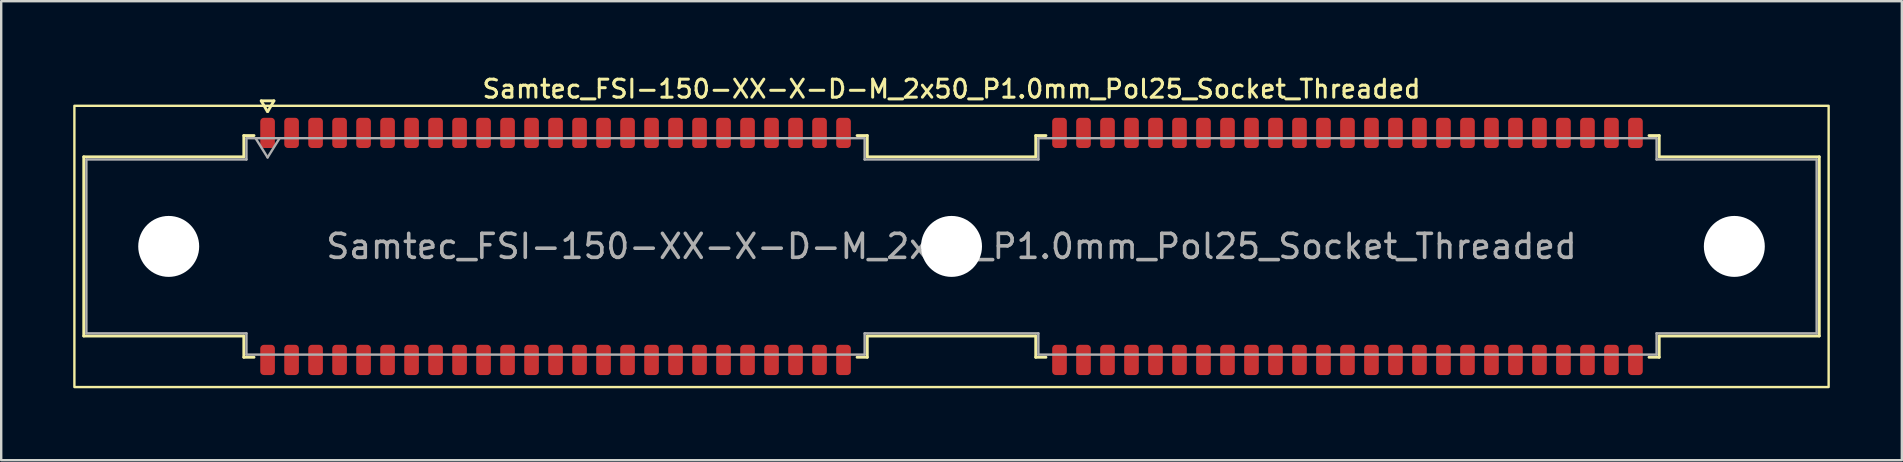
<source format=kicad_pcb>
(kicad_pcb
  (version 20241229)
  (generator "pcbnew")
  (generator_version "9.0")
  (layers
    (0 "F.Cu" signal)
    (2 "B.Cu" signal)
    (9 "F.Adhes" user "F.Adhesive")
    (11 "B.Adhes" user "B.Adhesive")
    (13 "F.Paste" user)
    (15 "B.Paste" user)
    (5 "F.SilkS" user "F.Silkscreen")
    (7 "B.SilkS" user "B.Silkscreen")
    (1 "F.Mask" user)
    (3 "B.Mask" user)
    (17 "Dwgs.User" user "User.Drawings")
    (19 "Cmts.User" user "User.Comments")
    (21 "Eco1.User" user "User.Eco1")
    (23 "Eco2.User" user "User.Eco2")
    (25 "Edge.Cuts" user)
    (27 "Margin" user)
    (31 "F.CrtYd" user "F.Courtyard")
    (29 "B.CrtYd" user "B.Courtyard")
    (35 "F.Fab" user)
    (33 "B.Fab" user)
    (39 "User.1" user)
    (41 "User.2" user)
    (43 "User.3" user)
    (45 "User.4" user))
  (footprint "Samtec_FSI-150-XX-X-D-M_2x50_P1.0mm_Pol25_Socket_Threaded"
    (layer "F.Cu")
    (at 36.6 7.218)
    (property "Reference" "Samtec_FSI-150-XX-X-D-M_2x50_P1.0mm_Pol25_Socket_Threaded" (at 0 -6.56 0) (layer "F.SilkS") (effects (font (size 0.75 0.75) (thickness 0.125))))
    (attr smd)
    (fp_line (start -36.16 -3.733) (end -29.49 -3.733) (stroke (width 0.12) (type solid)) (layer "F.SilkS"))
    (fp_line (start -36.16 3.733) (end -36.16 -3.733) (stroke (width 0.12) (type solid)) (layer "F.SilkS"))
    (fp_line (start -29.49 -4.619) (end -29.065 -4.619) (stroke (width 0.12) (type solid)) (layer "F.SilkS"))
    (fp_line (start -29.49 -3.733) (end -29.49 -4.619) (stroke (width 0.12) (type solid)) (layer "F.SilkS"))
    (fp_line (start -29.49 3.733) (end -36.16 3.733) (stroke (width 0.12) (type solid)) (layer "F.SilkS"))
    (fp_line (start -29.49 4.619) (end -29.49 3.733) (stroke (width 0.12) (type solid)) (layer "F.SilkS"))
    (fp_line (start -29.065 4.619) (end -29.49 4.619) (stroke (width 0.12) (type solid)) (layer "F.SilkS"))
    (fp_line (start -28.764 -6.066) (end -28.507 -5.62) (stroke (width 0.12) (type solid)) (layer "F.SilkS"))
    (fp_line (start -28.493 -5.62) (end -28.236 -6.066) (stroke (width 0.12) (type solid)) (layer "F.SilkS"))
    (fp_line (start -28.236 -6.066) (end -28.764 -6.066) (stroke (width 0.12) (type solid)) (layer "F.SilkS"))
    (fp_line (start -3.935 -4.619) (end -3.51 -4.619) (stroke (width 0.12) (type solid)) (layer "F.SilkS"))
    (fp_line (start -3.51 -4.619) (end -3.51 -3.733) (stroke (width 0.12) (type solid)) (layer "F.SilkS"))
    (fp_line (start -3.51 -3.733) (end 3.51 -3.733) (stroke (width 0.12) (type solid)) (layer "F.SilkS"))
    (fp_line (start -3.51 3.733) (end -3.51 4.619) (stroke (width 0.12) (type solid)) (layer "F.SilkS"))
    (fp_line (start -3.51 4.619) (end -3.935 4.619) (stroke (width 0.12) (type solid)) (layer "F.SilkS"))
    (fp_line (start 3.51 -4.619) (end 3.935 -4.619) (stroke (width 0.12) (type solid)) (layer "F.SilkS"))
    (fp_line (start 3.51 -3.733) (end 3.51 -4.619) (stroke (width 0.12) (type solid)) (layer "F.SilkS"))
    (fp_line (start 3.51 3.733) (end -3.51 3.733) (stroke (width 0.12) (type solid)) (layer "F.SilkS"))
    (fp_line (start 3.51 4.619) (end 3.51 3.733) (stroke (width 0.12) (type solid)) (layer "F.SilkS"))
    (fp_line (start 3.935 4.619) (end 3.51 4.619) (stroke (width 0.12) (type solid)) (layer "F.SilkS"))
    (fp_line (start 29.065 -4.619) (end 29.49 -4.619) (stroke (width 0.12) (type solid)) (layer "F.SilkS"))
    (fp_line (start 29.49 -4.619) (end 29.49 -3.733) (stroke (width 0.12) (type solid)) (layer "F.SilkS"))
    (fp_line (start 29.49 -3.733) (end 36.16 -3.733) (stroke (width 0.12) (type solid)) (layer "F.SilkS"))
    (fp_line (start 29.49 3.733) (end 29.49 4.619) (stroke (width 0.12) (type solid)) (layer "F.SilkS"))
    (fp_line (start 29.49 4.619) (end 29.065 4.619) (stroke (width 0.12) (type solid)) (layer "F.SilkS"))
    (fp_line (start 36.16 -3.733) (end 36.16 3.733) (stroke (width 0.12) (type solid)) (layer "F.SilkS"))
    (fp_line (start 36.16 3.733) (end 29.49 3.733) (stroke (width 0.12) (type solid)) (layer "F.SilkS"))
    (fp_rect (start -36.55 -5.86) (end 36.55 5.86) (stroke (width 0.1) (type solid)) (fill no) (layer "F.SilkS"))
    (fp_line (start -36.05 -3.623) (end -29.38 -3.623) (stroke (width 0.1) (type solid)) (layer "F.Fab"))
    (fp_line (start -36.05 3.623) (end -36.05 -3.623) (stroke (width 0.1) (type solid)) (layer "F.Fab"))
    (fp_line (start -29.38 -4.508) (end -3.62 -4.508) (stroke (width 0.1) (type solid)) (layer "F.Fab"))
    (fp_line (start -29.38 -3.623) (end -29.38 -4.508) (stroke (width 0.1) (type solid)) (layer "F.Fab"))
    (fp_line (start -29.38 3.623) (end -36.05 3.623) (stroke (width 0.1) (type solid)) (layer "F.Fab"))
    (fp_line (start -29.38 4.508) (end -29.38 3.623) (stroke (width 0.1) (type solid)) (layer "F.Fab"))
    (fp_line (start -29 -4.508) (end -28.5 -3.708) (stroke (width 0.1) (type solid)) (layer "F.Fab"))
    (fp_line (start -28.5 -3.708) (end -28 -4.508) (stroke (width 0.1) (type solid)) (layer "F.Fab"))
    (fp_line (start -3.62 -4.508) (end -3.62 -3.623) (stroke (width 0.1) (type solid)) (layer "F.Fab"))
    (fp_line (start -3.62 -3.623) (end 3.62 -3.623) (stroke (width 0.1) (type solid)) (layer "F.Fab"))
    (fp_line (start -3.62 3.623) (end -3.62 4.508) (stroke (width 0.1) (type solid)) (layer "F.Fab"))
    (fp_line (start -3.62 4.508) (end -29.38 4.508) (stroke (width 0.1) (type solid)) (layer "F.Fab"))
    (fp_line (start 3.62 -4.508) (end 29.38 -4.508) (stroke (width 0.1) (type solid)) (layer "F.Fab"))
    (fp_line (start 3.62 -3.623) (end 3.62 -4.508) (stroke (width 0.1) (type solid)) (layer "F.Fab"))
    (fp_line (start 3.62 3.623) (end -3.62 3.623) (stroke (width 0.1) (type solid)) (layer "F.Fab"))
    (fp_line (start 3.62 4.508) (end 3.62 3.623) (stroke (width 0.1) (type solid)) (layer "F.Fab"))
    (fp_line (start 29.38 -4.508) (end 29.38 -3.623) (stroke (width 0.1) (type solid)) (layer "F.Fab"))
    (fp_line (start 29.38 -3.623) (end 36.05 -3.623) (stroke (width 0.1) (type solid)) (layer "F.Fab"))
    (fp_line (start 29.38 3.623) (end 29.38 4.508) (stroke (width 0.1) (type solid)) (layer "F.Fab"))
    (fp_line (start 29.38 4.508) (end 3.62 4.508) (stroke (width 0.1) (type solid)) (layer "F.Fab"))
    (fp_line (start 36.05 -3.623) (end 36.05 3.623) (stroke (width 0.1) (type solid)) (layer "F.Fab"))
    (fp_line (start 36.05 3.623) (end 29.38 3.623) (stroke (width 0.1) (type solid)) (layer "F.Fab"))
    (fp_text user "${REFERENCE}" (at 0 0 0) (layer "F.Fab") (effects (font (size 1 1) (thickness 0.15))))
    (pad "" np_thru_hole circle (at -32.62 0) (size 2.54 2.54) (drill 2.54) (layers "*.Cu" "*.Mask"))
    (pad "" np_thru_hole circle (at 0 0) (size 2.54 2.54) (drill 2.54) (layers "*.Cu" "*.Mask"))
    (pad "" np_thru_hole circle (at 32.62 0) (size 2.54 2.54) (drill 2.54) (layers "*.Cu" "*.Mask"))
    (pad "1" smd roundrect (at -28.5 -4.73) (size 0.61 1.26) (layers "F.Cu" "F.Mask" "F.Paste") (roundrect_rratio 0.25))
    (pad "2" smd roundrect (at -28.5 4.73) (size 0.61 1.26) (layers "F.Cu" "F.Mask" "F.Paste") (roundrect_rratio 0.25))
    (pad "3" smd roundrect (at -27.5 -4.73) (size 0.61 1.26) (layers "F.Cu" "F.Mask" "F.Paste") (roundrect_rratio 0.25))
    (pad "4" smd roundrect (at -27.5 4.73) (size 0.61 1.26) (layers "F.Cu" "F.Mask" "F.Paste") (roundrect_rratio 0.25))
    (pad "5" smd roundrect (at -26.5 -4.73) (size 0.61 1.26) (layers "F.Cu" "F.Mask" "F.Paste") (roundrect_rratio 0.25))
    (pad "6" smd roundrect (at -26.5 4.73) (size 0.61 1.26) (layers "F.Cu" "F.Mask" "F.Paste") (roundrect_rratio 0.25))
    (pad "7" smd roundrect (at -25.5 -4.73) (size 0.61 1.26) (layers "F.Cu" "F.Mask" "F.Paste") (roundrect_rratio 0.25))
    (pad "8" smd roundrect (at -25.5 4.73) (size 0.61 1.26) (layers "F.Cu" "F.Mask" "F.Paste") (roundrect_rratio 0.25))
    (pad "9" smd roundrect (at -24.5 -4.73) (size 0.61 1.26) (layers "F.Cu" "F.Mask" "F.Paste") (roundrect_rratio 0.25))
    (pad "10" smd roundrect (at -24.5 4.73) (size 0.61 1.26) (layers "F.Cu" "F.Mask" "F.Paste") (roundrect_rratio 0.25))
    (pad "11" smd roundrect (at -23.5 -4.73) (size 0.61 1.26) (layers "F.Cu" "F.Mask" "F.Paste") (roundrect_rratio 0.25))
    (pad "12" smd roundrect (at -23.5 4.73) (size 0.61 1.26) (layers "F.Cu" "F.Mask" "F.Paste") (roundrect_rratio 0.25))
    (pad "13" smd roundrect (at -22.5 -4.73) (size 0.61 1.26) (layers "F.Cu" "F.Mask" "F.Paste") (roundrect_rratio 0.25))
    (pad "14" smd roundrect (at -22.5 4.73) (size 0.61 1.26) (layers "F.Cu" "F.Mask" "F.Paste") (roundrect_rratio 0.25))
    (pad "15" smd roundrect (at -21.5 -4.73) (size 0.61 1.26) (layers "F.Cu" "F.Mask" "F.Paste") (roundrect_rratio 0.25))
    (pad "16" smd roundrect (at -21.5 4.73) (size 0.61 1.26) (layers "F.Cu" "F.Mask" "F.Paste") (roundrect_rratio 0.25))
    (pad "17" smd roundrect (at -20.5 -4.73) (size 0.61 1.26) (layers "F.Cu" "F.Mask" "F.Paste") (roundrect_rratio 0.25))
    (pad "18" smd roundrect (at -20.5 4.73) (size 0.61 1.26) (layers "F.Cu" "F.Mask" "F.Paste") (roundrect_rratio 0.25))
    (pad "19" smd roundrect (at -19.5 -4.73) (size 0.61 1.26) (layers "F.Cu" "F.Mask" "F.Paste") (roundrect_rratio 0.25))
    (pad "20" smd roundrect (at -19.5 4.73) (size 0.61 1.26) (layers "F.Cu" "F.Mask" "F.Paste") (roundrect_rratio 0.25))
    (pad "21" smd roundrect (at -18.5 -4.73) (size 0.61 1.26) (layers "F.Cu" "F.Mask" "F.Paste") (roundrect_rratio 0.25))
    (pad "22" smd roundrect (at -18.5 4.73) (size 0.61 1.26) (layers "F.Cu" "F.Mask" "F.Paste") (roundrect_rratio 0.25))
    (pad "23" smd roundrect (at -17.5 -4.73) (size 0.61 1.26) (layers "F.Cu" "F.Mask" "F.Paste") (roundrect_rratio 0.25))
    (pad "24" smd roundrect (at -17.5 4.73) (size 0.61 1.26) (layers "F.Cu" "F.Mask" "F.Paste") (roundrect_rratio 0.25))
    (pad "25" smd roundrect (at -16.5 -4.73) (size 0.61 1.26) (layers "F.Cu" "F.Mask" "F.Paste") (roundrect_rratio 0.25))
    (pad "26" smd roundrect (at -16.5 4.73) (size 0.61 1.26) (layers "F.Cu" "F.Mask" "F.Paste") (roundrect_rratio 0.25))
    (pad "27" smd roundrect (at -15.5 -4.73) (size 0.61 1.26) (layers "F.Cu" "F.Mask" "F.Paste") (roundrect_rratio 0.25))
    (pad "28" smd roundrect (at -15.5 4.73) (size 0.61 1.26) (layers "F.Cu" "F.Mask" "F.Paste") (roundrect_rratio 0.25))
    (pad "29" smd roundrect (at -14.5 -4.73) (size 0.61 1.26) (layers "F.Cu" "F.Mask" "F.Paste") (roundrect_rratio 0.25))
    (pad "30" smd roundrect (at -14.5 4.73) (size 0.61 1.26) (layers "F.Cu" "F.Mask" "F.Paste") (roundrect_rratio 0.25))
    (pad "31" smd roundrect (at -13.5 -4.73) (size 0.61 1.26) (layers "F.Cu" "F.Mask" "F.Paste") (roundrect_rratio 0.25))
    (pad "32" smd roundrect (at -13.5 4.73) (size 0.61 1.26) (layers "F.Cu" "F.Mask" "F.Paste") (roundrect_rratio 0.25))
    (pad "33" smd roundrect (at -12.5 -4.73) (size 0.61 1.26) (layers "F.Cu" "F.Mask" "F.Paste") (roundrect_rratio 0.25))
    (pad "34" smd roundrect (at -12.5 4.73) (size 0.61 1.26) (layers "F.Cu" "F.Mask" "F.Paste") (roundrect_rratio 0.25))
    (pad "35" smd roundrect (at -11.5 -4.73) (size 0.61 1.26) (layers "F.Cu" "F.Mask" "F.Paste") (roundrect_rratio 0.25))
    (pad "36" smd roundrect (at -11.5 4.73) (size 0.61 1.26) (layers "F.Cu" "F.Mask" "F.Paste") (roundrect_rratio 0.25))
    (pad "37" smd roundrect (at -10.5 -4.73) (size 0.61 1.26) (layers "F.Cu" "F.Mask" "F.Paste") (roundrect_rratio 0.25))
    (pad "38" smd roundrect (at -10.5 4.73) (size 0.61 1.26) (layers "F.Cu" "F.Mask" "F.Paste") (roundrect_rratio 0.25))
    (pad "39" smd roundrect (at -9.5 -4.73) (size 0.61 1.26) (layers "F.Cu" "F.Mask" "F.Paste") (roundrect_rratio 0.25))
    (pad "40" smd roundrect (at -9.5 4.73) (size 0.61 1.26) (layers "F.Cu" "F.Mask" "F.Paste") (roundrect_rratio 0.25))
    (pad "41" smd roundrect (at -8.5 -4.73) (size 0.61 1.26) (layers "F.Cu" "F.Mask" "F.Paste") (roundrect_rratio 0.25))
    (pad "42" smd roundrect (at -8.5 4.73) (size 0.61 1.26) (layers "F.Cu" "F.Mask" "F.Paste") (roundrect_rratio 0.25))
    (pad "43" smd roundrect (at -7.5 -4.73) (size 0.61 1.26) (layers "F.Cu" "F.Mask" "F.Paste") (roundrect_rratio 0.25))
    (pad "44" smd roundrect (at -7.5 4.73) (size 0.61 1.26) (layers "F.Cu" "F.Mask" "F.Paste") (roundrect_rratio 0.25))
    (pad "45" smd roundrect (at -6.5 -4.73) (size 0.61 1.26) (layers "F.Cu" "F.Mask" "F.Paste") (roundrect_rratio 0.25))
    (pad "46" smd roundrect (at -6.5 4.73) (size 0.61 1.26) (layers "F.Cu" "F.Mask" "F.Paste") (roundrect_rratio 0.25))
    (pad "47" smd roundrect (at -5.5 -4.73) (size 0.61 1.26) (layers "F.Cu" "F.Mask" "F.Paste") (roundrect_rratio 0.25))
    (pad "48" smd roundrect (at -5.5 4.73) (size 0.61 1.26) (layers "F.Cu" "F.Mask" "F.Paste") (roundrect_rratio 0.25))
    (pad "49" smd roundrect (at -4.5 -4.73) (size 0.61 1.26) (layers "F.Cu" "F.Mask" "F.Paste") (roundrect_rratio 0.25))
    (pad "50" smd roundrect (at -4.5 4.73) (size 0.61 1.26) (layers "F.Cu" "F.Mask" "F.Paste") (roundrect_rratio 0.25))
    (pad "51" smd roundrect (at 4.5 -4.73) (size 0.61 1.26) (layers "F.Cu" "F.Mask" "F.Paste") (roundrect_rratio 0.25))
    (pad "52" smd roundrect (at 4.5 4.73) (size 0.61 1.26) (layers "F.Cu" "F.Mask" "F.Paste") (roundrect_rratio 0.25))
    (pad "53" smd roundrect (at 5.5 -4.73) (size 0.61 1.26) (layers "F.Cu" "F.Mask" "F.Paste") (roundrect_rratio 0.25))
    (pad "54" smd roundrect (at 5.5 4.73) (size 0.61 1.26) (layers "F.Cu" "F.Mask" "F.Paste") (roundrect_rratio 0.25))
    (pad "55" smd roundrect (at 6.5 -4.73) (size 0.61 1.26) (layers "F.Cu" "F.Mask" "F.Paste") (roundrect_rratio 0.25))
    (pad "56" smd roundrect (at 6.5 4.73) (size 0.61 1.26) (layers "F.Cu" "F.Mask" "F.Paste") (roundrect_rratio 0.25))
    (pad "57" smd roundrect (at 7.5 -4.73) (size 0.61 1.26) (layers "F.Cu" "F.Mask" "F.Paste") (roundrect_rratio 0.25))
    (pad "58" smd roundrect (at 7.5 4.73) (size 0.61 1.26) (layers "F.Cu" "F.Mask" "F.Paste") (roundrect_rratio 0.25))
    (pad "59" smd roundrect (at 8.5 -4.73) (size 0.61 1.26) (layers "F.Cu" "F.Mask" "F.Paste") (roundrect_rratio 0.25))
    (pad "60" smd roundrect (at 8.5 4.73) (size 0.61 1.26) (layers "F.Cu" "F.Mask" "F.Paste") (roundrect_rratio 0.25))
    (pad "61" smd roundrect (at 9.5 -4.73) (size 0.61 1.26) (layers "F.Cu" "F.Mask" "F.Paste") (roundrect_rratio 0.25))
    (pad "62" smd roundrect (at 9.5 4.73) (size 0.61 1.26) (layers "F.Cu" "F.Mask" "F.Paste") (roundrect_rratio 0.25))
    (pad "63" smd roundrect (at 10.5 -4.73) (size 0.61 1.26) (layers "F.Cu" "F.Mask" "F.Paste") (roundrect_rratio 0.25))
    (pad "64" smd roundrect (at 10.5 4.73) (size 0.61 1.26) (layers "F.Cu" "F.Mask" "F.Paste") (roundrect_rratio 0.25))
    (pad "65" smd roundrect (at 11.5 -4.73) (size 0.61 1.26) (layers "F.Cu" "F.Mask" "F.Paste") (roundrect_rratio 0.25))
    (pad "66" smd roundrect (at 11.5 4.73) (size 0.61 1.26) (layers "F.Cu" "F.Mask" "F.Paste") (roundrect_rratio 0.25))
    (pad "67" smd roundrect (at 12.5 -4.73) (size 0.61 1.26) (layers "F.Cu" "F.Mask" "F.Paste") (roundrect_rratio 0.25))
    (pad "68" smd roundrect (at 12.5 4.73) (size 0.61 1.26) (layers "F.Cu" "F.Mask" "F.Paste") (roundrect_rratio 0.25))
    (pad "69" smd roundrect (at 13.5 -4.73) (size 0.61 1.26) (layers "F.Cu" "F.Mask" "F.Paste") (roundrect_rratio 0.25))
    (pad "70" smd roundrect (at 13.5 4.73) (size 0.61 1.26) (layers "F.Cu" "F.Mask" "F.Paste") (roundrect_rratio 0.25))
    (pad "71" smd roundrect (at 14.5 -4.73) (size 0.61 1.26) (layers "F.Cu" "F.Mask" "F.Paste") (roundrect_rratio 0.25))
    (pad "72" smd roundrect (at 14.5 4.73) (size 0.61 1.26) (layers "F.Cu" "F.Mask" "F.Paste") (roundrect_rratio 0.25))
    (pad "73" smd roundrect (at 15.5 -4.73) (size 0.61 1.26) (layers "F.Cu" "F.Mask" "F.Paste") (roundrect_rratio 0.25))
    (pad "74" smd roundrect (at 15.5 4.73) (size 0.61 1.26) (layers "F.Cu" "F.Mask" "F.Paste") (roundrect_rratio 0.25))
    (pad "75" smd roundrect (at 16.5 -4.73) (size 0.61 1.26) (layers "F.Cu" "F.Mask" "F.Paste") (roundrect_rratio 0.25))
    (pad "76" smd roundrect (at 16.5 4.73) (size 0.61 1.26) (layers "F.Cu" "F.Mask" "F.Paste") (roundrect_rratio 0.25))
    (pad "77" smd roundrect (at 17.5 -4.73) (size 0.61 1.26) (layers "F.Cu" "F.Mask" "F.Paste") (roundrect_rratio 0.25))
    (pad "78" smd roundrect (at 17.5 4.73) (size 0.61 1.26) (layers "F.Cu" "F.Mask" "F.Paste") (roundrect_rratio 0.25))
    (pad "79" smd roundrect (at 18.5 -4.73) (size 0.61 1.26) (layers "F.Cu" "F.Mask" "F.Paste") (roundrect_rratio 0.25))
    (pad "80" smd roundrect (at 18.5 4.73) (size 0.61 1.26) (layers "F.Cu" "F.Mask" "F.Paste") (roundrect_rratio 0.25))
    (pad "81" smd roundrect (at 19.5 -4.73) (size 0.61 1.26) (layers "F.Cu" "F.Mask" "F.Paste") (roundrect_rratio 0.25))
    (pad "82" smd roundrect (at 19.5 4.73) (size 0.61 1.26) (layers "F.Cu" "F.Mask" "F.Paste") (roundrect_rratio 0.25))
    (pad "83" smd roundrect (at 20.5 -4.73) (size 0.61 1.26) (layers "F.Cu" "F.Mask" "F.Paste") (roundrect_rratio 0.25))
    (pad "84" smd roundrect (at 20.5 4.73) (size 0.61 1.26) (layers "F.Cu" "F.Mask" "F.Paste") (roundrect_rratio 0.25))
    (pad "85" smd roundrect (at 21.5 -4.73) (size 0.61 1.26) (layers "F.Cu" "F.Mask" "F.Paste") (roundrect_rratio 0.25))
    (pad "86" smd roundrect (at 21.5 4.73) (size 0.61 1.26) (layers "F.Cu" "F.Mask" "F.Paste") (roundrect_rratio 0.25))
    (pad "87" smd roundrect (at 22.5 -4.73) (size 0.61 1.26) (layers "F.Cu" "F.Mask" "F.Paste") (roundrect_rratio 0.25))
    (pad "88" smd roundrect (at 22.5 4.73) (size 0.61 1.26) (layers "F.Cu" "F.Mask" "F.Paste") (roundrect_rratio 0.25))
    (pad "89" smd roundrect (at 23.5 -4.73) (size 0.61 1.26) (layers "F.Cu" "F.Mask" "F.Paste") (roundrect_rratio 0.25))
    (pad "90" smd roundrect (at 23.5 4.73) (size 0.61 1.26) (layers "F.Cu" "F.Mask" "F.Paste") (roundrect_rratio 0.25))
    (pad "91" smd roundrect (at 24.5 -4.73) (size 0.61 1.26) (layers "F.Cu" "F.Mask" "F.Paste") (roundrect_rratio 0.25))
    (pad "92" smd roundrect (at 24.5 4.73) (size 0.61 1.26) (layers "F.Cu" "F.Mask" "F.Paste") (roundrect_rratio 0.25))
    (pad "93" smd roundrect (at 25.5 -4.73) (size 0.61 1.26) (layers "F.Cu" "F.Mask" "F.Paste") (roundrect_rratio 0.25))
    (pad "94" smd roundrect (at 25.5 4.73) (size 0.61 1.26) (layers "F.Cu" "F.Mask" "F.Paste") (roundrect_rratio 0.25))
    (pad "95" smd roundrect (at 26.5 -4.73) (size 0.61 1.26) (layers "F.Cu" "F.Mask" "F.Paste") (roundrect_rratio 0.25))
    (pad "96" smd roundrect (at 26.5 4.73) (size 0.61 1.26) (layers "F.Cu" "F.Mask" "F.Paste") (roundrect_rratio 0.25))
    (pad "97" smd roundrect (at 27.5 -4.73) (size 0.61 1.26) (layers "F.Cu" "F.Mask" "F.Paste") (roundrect_rratio 0.25))
    (pad "98" smd roundrect (at 27.5 4.73) (size 0.61 1.26) (layers "F.Cu" "F.Mask" "F.Paste") (roundrect_rratio 0.25))
    (pad "99" smd roundrect (at 28.5 -4.73) (size 0.61 1.26) (layers "F.Cu" "F.Mask" "F.Paste") (roundrect_rratio 0.25))
    (pad "100" smd roundrect (at 28.5 4.73) (size 0.61 1.26) (layers "F.Cu" "F.Mask" "F.Paste") (roundrect_rratio 0.25)))
  (gr_rect
    (start -3 -3)
    (end 76.2 16.128)
    (stroke (width 0.1) (type default))
    (fill no)
    (layer "Edge.Cuts")))
</source>
